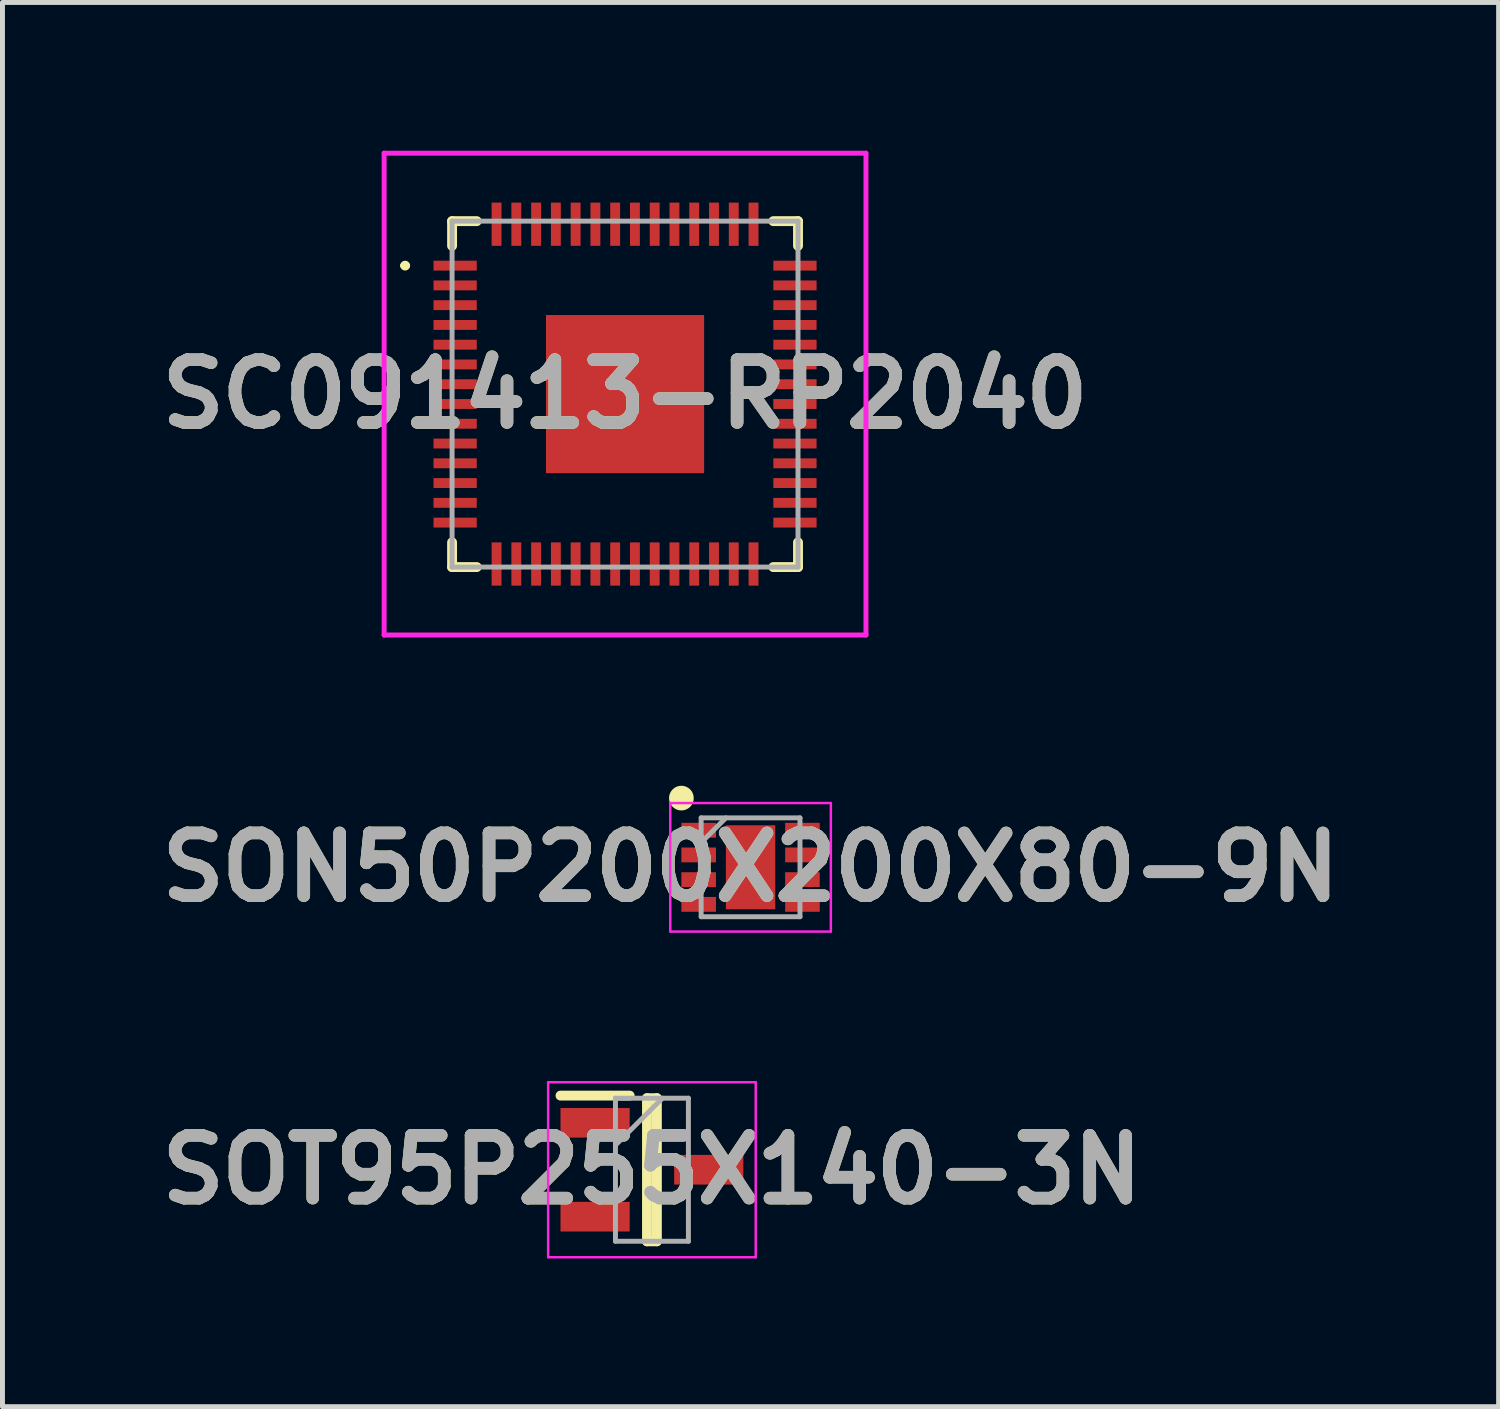
<source format=kicad_pcb>
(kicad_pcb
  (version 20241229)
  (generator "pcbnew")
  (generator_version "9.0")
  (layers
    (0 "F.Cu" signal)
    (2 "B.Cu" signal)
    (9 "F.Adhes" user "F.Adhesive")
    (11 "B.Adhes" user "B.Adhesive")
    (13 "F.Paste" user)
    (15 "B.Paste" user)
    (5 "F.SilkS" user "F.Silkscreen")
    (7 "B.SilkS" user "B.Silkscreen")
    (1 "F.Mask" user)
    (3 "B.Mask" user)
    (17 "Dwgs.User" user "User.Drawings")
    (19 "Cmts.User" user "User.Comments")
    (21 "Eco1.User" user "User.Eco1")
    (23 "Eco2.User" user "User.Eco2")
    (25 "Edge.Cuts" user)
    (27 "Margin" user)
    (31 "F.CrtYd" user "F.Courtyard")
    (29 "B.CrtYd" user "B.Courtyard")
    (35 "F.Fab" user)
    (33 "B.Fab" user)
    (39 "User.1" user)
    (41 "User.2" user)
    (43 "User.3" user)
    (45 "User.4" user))
  (footprint "SON50P200X200X80-9N"
    (layer "F.Cu")
    (at 12.138 14.5)
    (property "Reference" "SON50P200X200X80-9N" (at 0 0 0) (layer "F.SilkS") (effects (font (size 1.27 1.27) (thickness 0.254))))
    (attr smd)
    (fp_circle (center -1.4 -1.4) (end -1.4 -1.275) (stroke (width 0.25) (type solid)) (fill no) (layer "F.SilkS"))
    (fp_line (start -1.625 -1.3) (end 1.625 -1.3) (stroke (width 0.05) (type solid)) (layer "F.CrtYd"))
    (fp_line (start -1.625 1.3) (end -1.625 -1.3) (stroke (width 0.05) (type solid)) (layer "F.CrtYd"))
    (fp_line (start 1.625 -1.3) (end 1.625 1.3) (stroke (width 0.05) (type solid)) (layer "F.CrtYd"))
    (fp_line (start 1.625 1.3) (end -1.625 1.3) (stroke (width 0.05) (type solid)) (layer "F.CrtYd"))
    (fp_line (start -1 -1) (end 1 -1) (stroke (width 0.1) (type solid)) (layer "F.Fab"))
    (fp_line (start -1 -0.5) (end -0.5 -1) (stroke (width 0.1) (type solid)) (layer "F.Fab"))
    (fp_line (start -1 1) (end -1 -1) (stroke (width 0.1) (type solid)) (layer "F.Fab"))
    (fp_line (start 1 -1) (end 1 1) (stroke (width 0.1) (type solid)) (layer "F.Fab"))
    (fp_line (start 1 1) (end -1 1) (stroke (width 0.1) (type solid)) (layer "F.Fab"))
    (fp_text user "${REFERENCE}" (at 0 0 0) (layer "F.Fab") (effects (font (size 1.27 1.27) (thickness 0.254))))
    (pad "1" smd rect (at -1.05 -0.75 90) (size 0.3 0.7) (layers "F.Cu" "F.Mask" "F.Paste"))
    (pad "2" smd rect (at -1.05 -0.25 90) (size 0.3 0.7) (layers "F.Cu" "F.Mask" "F.Paste"))
    (pad "3" smd rect (at -1.05 0.25 90) (size 0.3 0.7) (layers "F.Cu" "F.Mask" "F.Paste"))
    (pad "4" smd rect (at -1.05 0.75 90) (size 0.3 0.7) (layers "F.Cu" "F.Mask" "F.Paste"))
    (pad "5" smd rect (at 1.05 0.75 90) (size 0.3 0.7) (layers "F.Cu" "F.Mask" "F.Paste"))
    (pad "6" smd rect (at 1.05 0.25 90) (size 0.3 0.7) (layers "F.Cu" "F.Mask" "F.Paste"))
    (pad "7" smd rect (at 1.05 -0.25 90) (size 0.3 0.7) (layers "F.Cu" "F.Mask" "F.Paste"))
    (pad "8" smd rect (at 1.05 -0.75 90) (size 0.3 0.7) (layers "F.Cu" "F.Mask" "F.Paste"))
    (pad "9" smd rect (at 0 0) (size 1 1.7) (layers "F.Cu" "F.Mask" "F.Paste")))
  (footprint "SOT95P255X140-3N"
    (layer "F.Cu")
    (at 10.142 20.62)
    (property "Reference" "SOT95P255X140-3N" (at 0 0 0) (layer "F.SilkS") (effects (font (size 1.27 1.27) (thickness 0.254))))
    (attr smd)
    (fp_line (start -1.85 -1.5) (end -0.45 -1.5) (stroke (width 0.2) (type solid)) (layer "F.SilkS"))
    (fp_line (start -0.1 -1.448) (end 0.1 -1.448) (stroke (width 0.2) (type solid)) (layer "F.SilkS"))
    (fp_line (start -0.1 1.448) (end -0.1 -1.448) (stroke (width 0.2) (type solid)) (layer "F.SilkS"))
    (fp_line (start 0.1 -1.448) (end 0.1 1.448) (stroke (width 0.2) (type solid)) (layer "F.SilkS"))
    (fp_line (start 0.1 1.448) (end -0.1 1.448) (stroke (width 0.2) (type solid)) (layer "F.SilkS"))
    (fp_line (start -2.1 -1.77) (end 2.1 -1.77) (stroke (width 0.05) (type solid)) (layer "F.CrtYd"))
    (fp_line (start -2.1 1.77) (end -2.1 -1.77) (stroke (width 0.05) (type solid)) (layer "F.CrtYd"))
    (fp_line (start 2.1 -1.77) (end 2.1 1.77) (stroke (width 0.05) (type solid)) (layer "F.CrtYd"))
    (fp_line (start 2.1 1.77) (end -2.1 1.77) (stroke (width 0.05) (type solid)) (layer "F.CrtYd"))
    (fp_line (start -0.738 -1.448) (end 0.738 -1.448) (stroke (width 0.1) (type solid)) (layer "F.Fab"))
    (fp_line (start -0.738 -0.498) (end 0.212 -1.448) (stroke (width 0.1) (type solid)) (layer "F.Fab"))
    (fp_line (start -0.738 1.448) (end -0.738 -1.448) (stroke (width 0.1) (type solid)) (layer "F.Fab"))
    (fp_line (start 0.738 -1.448) (end 0.738 1.448) (stroke (width 0.1) (type solid)) (layer "F.Fab"))
    (fp_line (start 0.738 1.448) (end -0.738 1.448) (stroke (width 0.1) (type solid)) (layer "F.Fab"))
    (fp_text user "${REFERENCE}" (at 0 0 0) (layer "F.Fab") (effects (font (size 1.27 1.27) (thickness 0.254))))
    (pad "1" smd rect (at -1.15 -0.95 90) (size 0.6 1.4) (layers "F.Cu" "F.Mask" "F.Paste"))
    (pad "2" smd rect (at -1.15 0.95 90) (size 0.6 1.4) (layers "F.Cu" "F.Mask" "F.Paste"))
    (pad "3" smd rect (at 1.15 0 90) (size 0.6 1.4) (layers "F.Cu" "F.Mask" "F.Paste")))
  (footprint "SC091413-RP2040"
    (layer "F.Cu")
    (at 9.598 4.925)
    (property "Reference" "SC091413-RP2040" (at 0 0 0) (layer "F.SilkS") (effects (font (size 1.27 1.27) (thickness 0.254))))
    (attr smd)
    (fp_line (start -4.5 -2.6) (end -4.5 -2.6) (stroke (width 0.1) (type solid)) (layer "F.SilkS"))
    (fp_line (start -4.4 -2.6) (end -4.4 -2.6) (stroke (width 0.1) (type solid)) (layer "F.SilkS"))
    (fp_line (start -3.5 -3.5) (end -3.5 -3) (stroke (width 0.2) (type solid)) (layer "F.SilkS"))
    (fp_line (start -3.5 3) (end -3.5 3.5) (stroke (width 0.2) (type solid)) (layer "F.SilkS"))
    (fp_line (start -3.5 3.5) (end -3 3.5) (stroke (width 0.2) (type solid)) (layer "F.SilkS"))
    (fp_line (start -3 -3.5) (end -3.5 -3.5) (stroke (width 0.2) (type solid)) (layer "F.SilkS"))
    (fp_line (start 3 -3.5) (end 3.5 -3.5) (stroke (width 0.2) (type solid)) (layer "F.SilkS"))
    (fp_line (start 3 3.5) (end 3.5 3.5) (stroke (width 0.2) (type solid)) (layer "F.SilkS"))
    (fp_line (start 3.5 -3.5) (end 3.5 -3) (stroke (width 0.2) (type solid)) (layer "F.SilkS"))
    (fp_line (start 3.5 3.5) (end 3.5 3) (stroke (width 0.2) (type solid)) (layer "F.SilkS"))
    (fp_arc (start -4.5 -2.6) (mid -4.45 -2.65) (end -4.4 -2.6) (stroke (width 0.1) (type solid)) (layer "F.SilkS"))
    (fp_arc (start -4.4 -2.6) (mid -4.45 -2.55) (end -4.5 -2.6) (stroke (width 0.1) (type solid)) (layer "F.SilkS"))
    (fp_line (start -4.875 -4.875) (end 4.875 -4.875) (stroke (width 0.1) (type solid)) (layer "F.CrtYd"))
    (fp_line (start -4.875 4.875) (end -4.875 -4.875) (stroke (width 0.1) (type solid)) (layer "F.CrtYd"))
    (fp_line (start 4.875 -4.875) (end 4.875 4.875) (stroke (width 0.1) (type solid)) (layer "F.CrtYd"))
    (fp_line (start 4.875 4.875) (end -4.875 4.875) (stroke (width 0.1) (type solid)) (layer "F.CrtYd"))
    (fp_line (start -3.5 -3.5) (end -3.5 3.5) (stroke (width 0.1) (type solid)) (layer "F.Fab"))
    (fp_line (start -3.5 3.5) (end 3.5 3.5) (stroke (width 0.1) (type solid)) (layer "F.Fab"))
    (fp_line (start 3.5 -3.5) (end -3.5 -3.5) (stroke (width 0.1) (type solid)) (layer "F.Fab"))
    (fp_line (start 3.5 3.5) (end 3.5 -3.5) (stroke (width 0.1) (type solid)) (layer "F.Fab"))
    (fp_text user "${REFERENCE}" (at 0 0 0) (layer "F.Fab") (effects (font (size 1.27 1.27) (thickness 0.254))))
    (pad "1" smd rect (at -3.438 -2.6 90) (size 0.2 0.875) (layers "F.Cu" "F.Mask" "F.Paste"))
    (pad "2" smd rect (at -3.438 -2.2 90) (size 0.2 0.875) (layers "F.Cu" "F.Mask" "F.Paste"))
    (pad "3" smd rect (at -3.438 -1.8 90) (size 0.2 0.875) (layers "F.Cu" "F.Mask" "F.Paste"))
    (pad "4" smd rect (at -3.438 -1.4 90) (size 0.2 0.875) (layers "F.Cu" "F.Mask" "F.Paste"))
    (pad "5" smd rect (at -3.438 -1 90) (size 0.2 0.875) (layers "F.Cu" "F.Mask" "F.Paste"))
    (pad "6" smd rect (at -3.438 -0.6 90) (size 0.2 0.875) (layers "F.Cu" "F.Mask" "F.Paste"))
    (pad "7" smd rect (at -3.438 -0.2 90) (size 0.2 0.875) (layers "F.Cu" "F.Mask" "F.Paste"))
    (pad "8" smd rect (at -3.438 0.2 90) (size 0.2 0.875) (layers "F.Cu" "F.Mask" "F.Paste"))
    (pad "9" smd rect (at -3.438 0.6 90) (size 0.2 0.875) (layers "F.Cu" "F.Mask" "F.Paste"))
    (pad "10" smd rect (at -3.438 1 90) (size 0.2 0.875) (layers "F.Cu" "F.Mask" "F.Paste"))
    (pad "11" smd rect (at -3.438 1.4 90) (size 0.2 0.875) (layers "F.Cu" "F.Mask" "F.Paste"))
    (pad "12" smd rect (at -3.438 1.8 90) (size 0.2 0.875) (layers "F.Cu" "F.Mask" "F.Paste"))
    (pad "13" smd rect (at -3.438 2.2 90) (size 0.2 0.875) (layers "F.Cu" "F.Mask" "F.Paste"))
    (pad "14" smd rect (at -3.438 2.6 90) (size 0.2 0.875) (layers "F.Cu" "F.Mask" "F.Paste"))
    (pad "15" smd rect (at -2.6 3.438) (size 0.2 0.875) (layers "F.Cu" "F.Mask" "F.Paste"))
    (pad "16" smd rect (at -2.2 3.438) (size 0.2 0.875) (layers "F.Cu" "F.Mask" "F.Paste"))
    (pad "17" smd rect (at -1.8 3.438) (size 0.2 0.875) (layers "F.Cu" "F.Mask" "F.Paste"))
    (pad "18" smd rect (at -1.4 3.438) (size 0.2 0.875) (layers "F.Cu" "F.Mask" "F.Paste"))
    (pad "19" smd rect (at -1 3.438) (size 0.2 0.875) (layers "F.Cu" "F.Mask" "F.Paste"))
    (pad "20" smd rect (at -0.6 3.438) (size 0.2 0.875) (layers "F.Cu" "F.Mask" "F.Paste"))
    (pad "21" smd rect (at -0.2 3.438) (size 0.2 0.875) (layers "F.Cu" "F.Mask" "F.Paste"))
    (pad "22" smd rect (at 0.2 3.438) (size 0.2 0.875) (layers "F.Cu" "F.Mask" "F.Paste"))
    (pad "23" smd rect (at 0.6 3.438) (size 0.2 0.875) (layers "F.Cu" "F.Mask" "F.Paste"))
    (pad "24" smd rect (at 1 3.438) (size 0.2 0.875) (layers "F.Cu" "F.Mask" "F.Paste"))
    (pad "25" smd rect (at 1.4 3.438) (size 0.2 0.875) (layers "F.Cu" "F.Mask" "F.Paste"))
    (pad "26" smd rect (at 1.8 3.438) (size 0.2 0.875) (layers "F.Cu" "F.Mask" "F.Paste"))
    (pad "27" smd rect (at 2.2 3.438) (size 0.2 0.875) (layers "F.Cu" "F.Mask" "F.Paste"))
    (pad "28" smd rect (at 2.6 3.438) (size 0.2 0.875) (layers "F.Cu" "F.Mask" "F.Paste"))
    (pad "29" smd rect (at 3.438 2.6 90) (size 0.2 0.875) (layers "F.Cu" "F.Mask" "F.Paste"))
    (pad "30" smd rect (at 3.438 2.2 90) (size 0.2 0.875) (layers "F.Cu" "F.Mask" "F.Paste"))
    (pad "31" smd rect (at 3.438 1.8 90) (size 0.2 0.875) (layers "F.Cu" "F.Mask" "F.Paste"))
    (pad "32" smd rect (at 3.438 1.4 90) (size 0.2 0.875) (layers "F.Cu" "F.Mask" "F.Paste"))
    (pad "33" smd rect (at 3.438 1 90) (size 0.2 0.875) (layers "F.Cu" "F.Mask" "F.Paste"))
    (pad "34" smd rect (at 3.438 0.6 90) (size 0.2 0.875) (layers "F.Cu" "F.Mask" "F.Paste"))
    (pad "35" smd rect (at 3.438 0.2 90) (size 0.2 0.875) (layers "F.Cu" "F.Mask" "F.Paste"))
    (pad "36" smd rect (at 3.438 -0.2 90) (size 0.2 0.875) (layers "F.Cu" "F.Mask" "F.Paste"))
    (pad "37" smd rect (at 3.438 -0.6 90) (size 0.2 0.875) (layers "F.Cu" "F.Mask" "F.Paste"))
    (pad "38" smd rect (at 3.438 -1 90) (size 0.2 0.875) (layers "F.Cu" "F.Mask" "F.Paste"))
    (pad "39" smd rect (at 3.438 -1.4 90) (size 0.2 0.875) (layers "F.Cu" "F.Mask" "F.Paste"))
    (pad "40" smd rect (at 3.438 -1.8 90) (size 0.2 0.875) (layers "F.Cu" "F.Mask" "F.Paste"))
    (pad "41" smd rect (at 3.438 -2.2 90) (size 0.2 0.875) (layers "F.Cu" "F.Mask" "F.Paste"))
    (pad "42" smd rect (at 3.438 -2.6 90) (size 0.2 0.875) (layers "F.Cu" "F.Mask" "F.Paste"))
    (pad "43" smd rect (at 2.6 -3.438) (size 0.2 0.875) (layers "F.Cu" "F.Mask" "F.Paste"))
    (pad "44" smd rect (at 2.2 -3.438) (size 0.2 0.875) (layers "F.Cu" "F.Mask" "F.Paste"))
    (pad "45" smd rect (at 1.8 -3.438) (size 0.2 0.875) (layers "F.Cu" "F.Mask" "F.Paste"))
    (pad "46" smd rect (at 1.4 -3.438) (size 0.2 0.875) (layers "F.Cu" "F.Mask" "F.Paste"))
    (pad "47" smd rect (at 1 -3.438) (size 0.2 0.875) (layers "F.Cu" "F.Mask" "F.Paste"))
    (pad "48" smd rect (at 0.6 -3.438) (size 0.2 0.875) (layers "F.Cu" "F.Mask" "F.Paste"))
    (pad "49" smd rect (at 0.2 -3.438) (size 0.2 0.875) (layers "F.Cu" "F.Mask" "F.Paste"))
    (pad "50" smd rect (at -0.2 -3.438) (size 0.2 0.875) (layers "F.Cu" "F.Mask" "F.Paste"))
    (pad "51" smd rect (at -0.6 -3.438) (size 0.2 0.875) (layers "F.Cu" "F.Mask" "F.Paste"))
    (pad "52" smd rect (at -1 -3.438) (size 0.2 0.875) (layers "F.Cu" "F.Mask" "F.Paste"))
    (pad "53" smd rect (at -1.4 -3.438) (size 0.2 0.875) (layers "F.Cu" "F.Mask" "F.Paste"))
    (pad "54" smd rect (at -1.8 -3.438) (size 0.2 0.875) (layers "F.Cu" "F.Mask" "F.Paste"))
    (pad "55" smd rect (at -2.2 -3.438) (size 0.2 0.875) (layers "F.Cu" "F.Mask" "F.Paste"))
    (pad "56" smd rect (at -2.6 -3.438) (size 0.2 0.875) (layers "F.Cu" "F.Mask" "F.Paste"))
    (pad "57" smd rect (at 0 0 90) (size 3.2 3.2) (layers "F.Cu" "F.Mask" "F.Paste")))
  (gr_rect
    (start -3 -3)
    (end 27.275 25.415)
    (stroke (width 0.1) (type default))
    (fill no)
    (layer "Edge.Cuts")))
</source>
